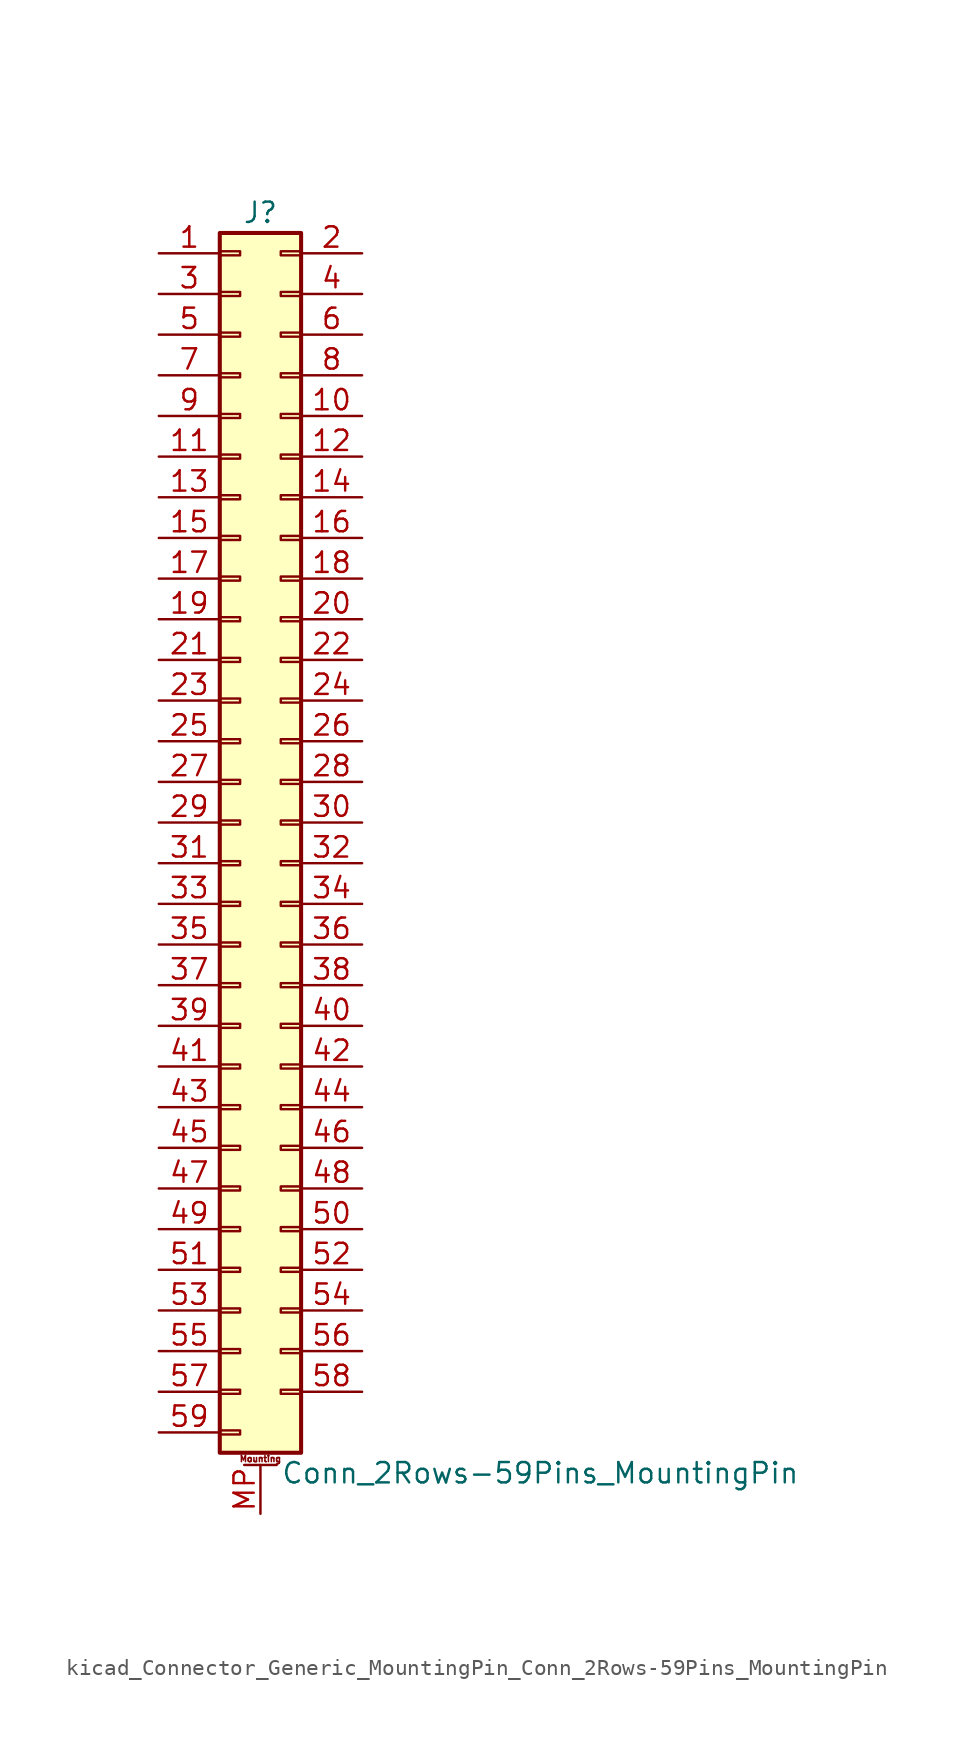
<source format=kicad_sym>
(kicad_symbol_lib
  (version 20220914)
  (generator kicad_symbol_editor)
  (symbol "kicad_Connector_Generic_MountingPin_Conn_2Rows-59Pins_MountingPin"
    (pin_names
      (offset 1.016) hide)
    (property "Reference" "J"
      (at 1.27 38.1 0)
      (effects (font (size 1.27 1.27))))
    (property "Value" "Conn_2Rows-59Pins_MountingPin"
      (at 2.54 -40.64 0)
      (effects (font (size 1.27 1.27)) (justify left)))
    (symbol "kicad_Connector_Generic_MountingPin_Conn_2Rows-59Pins_MountingPin_1_1"
      (rectangle (start -1.27 -37.973) (end 0 -38.227) (stroke (width 0.152) (type default)) (fill (type none)))
      (rectangle (start -1.27 -35.433) (end 0 -35.687) (stroke (width 0.152) (type default)) (fill (type none)))
      (rectangle (start -1.27 -32.893) (end 0 -33.147) (stroke (width 0.152) (type default)) (fill (type none)))
      (rectangle (start -1.27 -30.353) (end 0 -30.607) (stroke (width 0.152) (type default)) (fill (type none)))
      (rectangle (start -1.27 -27.813) (end 0 -28.067) (stroke (width 0.152) (type default)) (fill (type none)))
      (rectangle (start -1.27 -25.273) (end 0 -25.527) (stroke (width 0.152) (type default)) (fill (type none)))
      (rectangle (start -1.27 -22.733) (end 0 -22.987) (stroke (width 0.152) (type default)) (fill (type none)))
      (rectangle (start -1.27 -20.193) (end 0 -20.447) (stroke (width 0.152) (type default)) (fill (type none)))
      (rectangle (start -1.27 -17.653) (end 0 -17.907) (stroke (width 0.152) (type default)) (fill (type none)))
      (rectangle (start -1.27 -15.113) (end 0 -15.367) (stroke (width 0.152) (type default)) (fill (type none)))
      (rectangle (start -1.27 -12.573) (end 0 -12.827) (stroke (width 0.152) (type default)) (fill (type none)))
      (rectangle (start -1.27 -10.033) (end 0 -10.287) (stroke (width 0.152) (type default)) (fill (type none)))
      (rectangle (start -1.27 -7.493) (end 0 -7.747) (stroke (width 0.152) (type default)) (fill (type none)))
      (rectangle (start -1.27 -4.953) (end 0 -5.207) (stroke (width 0.152) (type default)) (fill (type none)))
      (rectangle (start -1.27 -2.413) (end 0 -2.667) (stroke (width 0.152) (type default)) (fill (type none)))
      (rectangle (start -1.27 0.127) (end 0 -0.127) (stroke (width 0.152) (type default)) (fill (type none)))
      (rectangle (start -1.27 2.667) (end 0 2.413) (stroke (width 0.152) (type default)) (fill (type none)))
      (rectangle (start -1.27 5.207) (end 0 4.953) (stroke (width 0.152) (type default)) (fill (type none)))
      (rectangle (start -1.27 7.747) (end 0 7.493) (stroke (width 0.152) (type default)) (fill (type none)))
      (rectangle (start -1.27 10.287) (end 0 10.033) (stroke (width 0.152) (type default)) (fill (type none)))
      (rectangle (start -1.27 12.827) (end 0 12.573) (stroke (width 0.152) (type default)) (fill (type none)))
      (rectangle (start -1.27 15.367) (end 0 15.113) (stroke (width 0.152) (type default)) (fill (type none)))
      (rectangle (start -1.27 17.907) (end 0 17.653) (stroke (width 0.152) (type default)) (fill (type none)))
      (rectangle (start -1.27 20.447) (end 0 20.193) (stroke (width 0.152) (type default)) (fill (type none)))
      (rectangle (start -1.27 22.987) (end 0 22.733) (stroke (width 0.152) (type default)) (fill (type none)))
      (rectangle (start -1.27 25.527) (end 0 25.273) (stroke (width 0.152) (type default)) (fill (type none)))
      (rectangle (start -1.27 28.067) (end 0 27.813) (stroke (width 0.152) (type default)) (fill (type none)))
      (rectangle (start -1.27 30.607) (end 0 30.353) (stroke (width 0.152) (type default)) (fill (type none)))
      (rectangle (start -1.27 33.147) (end 0 32.893) (stroke (width 0.152) (type default)) (fill (type none)))
      (rectangle (start -1.27 35.687) (end 0 35.433) (stroke (width 0.152) (type default)) (fill (type none)))
      (rectangle (start -1.27 36.83) (end 3.81 -39.37) (stroke (width 0.254) (type default)) (fill (type background)))
      (polyline (pts (xy 0.254 -40.132) (xy 2.286 -40.132)) (stroke (width 0.152) (type default)) (fill (type none)))
      (rectangle (start 3.81 -35.433) (end 2.54 -35.687) (stroke (width 0.152) (type default)) (fill (type none)))
      (rectangle (start 3.81 -32.893) (end 2.54 -33.147) (stroke (width 0.152) (type default)) (fill (type none)))
      (rectangle (start 3.81 -30.353) (end 2.54 -30.607) (stroke (width 0.152) (type default)) (fill (type none)))
      (rectangle (start 3.81 -27.813) (end 2.54 -28.067) (stroke (width 0.152) (type default)) (fill (type none)))
      (rectangle (start 3.81 -25.273) (end 2.54 -25.527) (stroke (width 0.152) (type default)) (fill (type none)))
      (rectangle (start 3.81 -22.733) (end 2.54 -22.987) (stroke (width 0.152) (type default)) (fill (type none)))
      (rectangle (start 3.81 -20.193) (end 2.54 -20.447) (stroke (width 0.152) (type default)) (fill (type none)))
      (rectangle (start 3.81 -17.653) (end 2.54 -17.907) (stroke (width 0.152) (type default)) (fill (type none)))
      (rectangle (start 3.81 -15.113) (end 2.54 -15.367) (stroke (width 0.152) (type default)) (fill (type none)))
      (rectangle (start 3.81 -12.573) (end 2.54 -12.827) (stroke (width 0.152) (type default)) (fill (type none)))
      (rectangle (start 3.81 -10.033) (end 2.54 -10.287) (stroke (width 0.152) (type default)) (fill (type none)))
      (rectangle (start 3.81 -7.493) (end 2.54 -7.747) (stroke (width 0.152) (type default)) (fill (type none)))
      (rectangle (start 3.81 -4.953) (end 2.54 -5.207) (stroke (width 0.152) (type default)) (fill (type none)))
      (rectangle (start 3.81 -2.413) (end 2.54 -2.667) (stroke (width 0.152) (type default)) (fill (type none)))
      (rectangle (start 3.81 0.127) (end 2.54 -0.127) (stroke (width 0.152) (type default)) (fill (type none)))
      (rectangle (start 3.81 2.667) (end 2.54 2.413) (stroke (width 0.152) (type default)) (fill (type none)))
      (rectangle (start 3.81 5.207) (end 2.54 4.953) (stroke (width 0.152) (type default)) (fill (type none)))
      (rectangle (start 3.81 7.747) (end 2.54 7.493) (stroke (width 0.152) (type default)) (fill (type none)))
      (rectangle (start 3.81 10.287) (end 2.54 10.033) (stroke (width 0.152) (type default)) (fill (type none)))
      (rectangle (start 3.81 12.827) (end 2.54 12.573) (stroke (width 0.152) (type default)) (fill (type none)))
      (rectangle (start 3.81 15.367) (end 2.54 15.113) (stroke (width 0.152) (type default)) (fill (type none)))
      (rectangle (start 3.81 17.907) (end 2.54 17.653) (stroke (width 0.152) (type default)) (fill (type none)))
      (rectangle (start 3.81 20.447) (end 2.54 20.193) (stroke (width 0.152) (type default)) (fill (type none)))
      (rectangle (start 3.81 22.987) (end 2.54 22.733) (stroke (width 0.152) (type default)) (fill (type none)))
      (rectangle (start 3.81 25.527) (end 2.54 25.273) (stroke (width 0.152) (type default)) (fill (type none)))
      (rectangle (start 3.81 28.067) (end 2.54 27.813) (stroke (width 0.152) (type default)) (fill (type none)))
      (rectangle (start 3.81 30.607) (end 2.54 30.353) (stroke (width 0.152) (type default)) (fill (type none)))
      (rectangle (start 3.81 33.147) (end 2.54 32.893) (stroke (width 0.152) (type default)) (fill (type none)))
      (rectangle (start 3.81 35.687) (end 2.54 35.433) (stroke (width 0.152) (type default)) (fill (type none)))
      (text "Mounting" (at 1.27 -39.751 0) (effects (font (size 0.381 0.381))))
      (pin passive line (at -5.08 35.56 0) (length 3.81) (name "Pin_1" (effects (font (size 1.27 1.27)))) (number "1" (effects (font (size 1.27 1.27)))))
      (pin passive line (at 7.62 25.4 180) (length 3.81) (name "Pin_10" (effects (font (size 1.27 1.27)))) (number "10" (effects (font (size 1.27 1.27)))))
      (pin passive line (at -5.08 22.86 0) (length 3.81) (name "Pin_11" (effects (font (size 1.27 1.27)))) (number "11" (effects (font (size 1.27 1.27)))))
      (pin passive line (at 7.62 22.86 180) (length 3.81) (name "Pin_12" (effects (font (size 1.27 1.27)))) (number "12" (effects (font (size 1.27 1.27)))))
      (pin passive line (at -5.08 20.32 0) (length 3.81) (name "Pin_13" (effects (font (size 1.27 1.27)))) (number "13" (effects (font (size 1.27 1.27)))))
      (pin passive line (at 7.62 20.32 180) (length 3.81) (name "Pin_14" (effects (font (size 1.27 1.27)))) (number "14" (effects (font (size 1.27 1.27)))))
      (pin passive line (at -5.08 17.78 0) (length 3.81) (name "Pin_15" (effects (font (size 1.27 1.27)))) (number "15" (effects (font (size 1.27 1.27)))))
      (pin passive line (at 7.62 17.78 180) (length 3.81) (name "Pin_16" (effects (font (size 1.27 1.27)))) (number "16" (effects (font (size 1.27 1.27)))))
      (pin passive line (at -5.08 15.24 0) (length 3.81) (name "Pin_17" (effects (font (size 1.27 1.27)))) (number "17" (effects (font (size 1.27 1.27)))))
      (pin passive line (at 7.62 15.24 180) (length 3.81) (name "Pin_18" (effects (font (size 1.27 1.27)))) (number "18" (effects (font (size 1.27 1.27)))))
      (pin passive line (at -5.08 12.7 0) (length 3.81) (name "Pin_19" (effects (font (size 1.27 1.27)))) (number "19" (effects (font (size 1.27 1.27)))))
      (pin passive line (at 7.62 35.56 180) (length 3.81) (name "Pin_2" (effects (font (size 1.27 1.27)))) (number "2" (effects (font (size 1.27 1.27)))))
      (pin passive line (at 7.62 12.7 180) (length 3.81) (name "Pin_20" (effects (font (size 1.27 1.27)))) (number "20" (effects (font (size 1.27 1.27)))))
      (pin passive line (at -5.08 10.16 0) (length 3.81) (name "Pin_21" (effects (font (size 1.27 1.27)))) (number "21" (effects (font (size 1.27 1.27)))))
      (pin passive line (at 7.62 10.16 180) (length 3.81) (name "Pin_22" (effects (font (size 1.27 1.27)))) (number "22" (effects (font (size 1.27 1.27)))))
      (pin passive line (at -5.08 7.62 0) (length 3.81) (name "Pin_23" (effects (font (size 1.27 1.27)))) (number "23" (effects (font (size 1.27 1.27)))))
      (pin passive line (at 7.62 7.62 180) (length 3.81) (name "Pin_24" (effects (font (size 1.27 1.27)))) (number "24" (effects (font (size 1.27 1.27)))))
      (pin passive line (at -5.08 5.08 0) (length 3.81) (name "Pin_25" (effects (font (size 1.27 1.27)))) (number "25" (effects (font (size 1.27 1.27)))))
      (pin passive line (at 7.62 5.08 180) (length 3.81) (name "Pin_26" (effects (font (size 1.27 1.27)))) (number "26" (effects (font (size 1.27 1.27)))))
      (pin passive line (at -5.08 2.54 0) (length 3.81) (name "Pin_27" (effects (font (size 1.27 1.27)))) (number "27" (effects (font (size 1.27 1.27)))))
      (pin passive line (at 7.62 2.54 180) (length 3.81) (name "Pin_28" (effects (font (size 1.27 1.27)))) (number "28" (effects (font (size 1.27 1.27)))))
      (pin passive line (at -5.08 0 0) (length 3.81) (name "Pin_29" (effects (font (size 1.27 1.27)))) (number "29" (effects (font (size 1.27 1.27)))))
      (pin passive line (at -5.08 33.02 0) (length 3.81) (name "Pin_3" (effects (font (size 1.27 1.27)))) (number "3" (effects (font (size 1.27 1.27)))))
      (pin passive line (at 7.62 0 180) (length 3.81) (name "Pin_30" (effects (font (size 1.27 1.27)))) (number "30" (effects (font (size 1.27 1.27)))))
      (pin passive line (at -5.08 -2.54 0) (length 3.81) (name "Pin_31" (effects (font (size 1.27 1.27)))) (number "31" (effects (font (size 1.27 1.27)))))
      (pin passive line (at 7.62 -2.54 180) (length 3.81) (name "Pin_32" (effects (font (size 1.27 1.27)))) (number "32" (effects (font (size 1.27 1.27)))))
      (pin passive line (at -5.08 -5.08 0) (length 3.81) (name "Pin_33" (effects (font (size 1.27 1.27)))) (number "33" (effects (font (size 1.27 1.27)))))
      (pin passive line (at 7.62 -5.08 180) (length 3.81) (name "Pin_34" (effects (font (size 1.27 1.27)))) (number "34" (effects (font (size 1.27 1.27)))))
      (pin passive line (at -5.08 -7.62 0) (length 3.81) (name "Pin_35" (effects (font (size 1.27 1.27)))) (number "35" (effects (font (size 1.27 1.27)))))
      (pin passive line (at 7.62 -7.62 180) (length 3.81) (name "Pin_36" (effects (font (size 1.27 1.27)))) (number "36" (effects (font (size 1.27 1.27)))))
      (pin passive line (at -5.08 -10.16 0) (length 3.81) (name "Pin_37" (effects (font (size 1.27 1.27)))) (number "37" (effects (font (size 1.27 1.27)))))
      (pin passive line (at 7.62 -10.16 180) (length 3.81) (name "Pin_38" (effects (font (size 1.27 1.27)))) (number "38" (effects (font (size 1.27 1.27)))))
      (pin passive line (at -5.08 -12.7 0) (length 3.81) (name "Pin_39" (effects (font (size 1.27 1.27)))) (number "39" (effects (font (size 1.27 1.27)))))
      (pin passive line (at 7.62 33.02 180) (length 3.81) (name "Pin_4" (effects (font (size 1.27 1.27)))) (number "4" (effects (font (size 1.27 1.27)))))
      (pin passive line (at 7.62 -12.7 180) (length 3.81) (name "Pin_40" (effects (font (size 1.27 1.27)))) (number "40" (effects (font (size 1.27 1.27)))))
      (pin passive line (at -5.08 -15.24 0) (length 3.81) (name "Pin_41" (effects (font (size 1.27 1.27)))) (number "41" (effects (font (size 1.27 1.27)))))
      (pin passive line (at 7.62 -15.24 180) (length 3.81) (name "Pin_42" (effects (font (size 1.27 1.27)))) (number "42" (effects (font (size 1.27 1.27)))))
      (pin passive line (at -5.08 -17.78 0) (length 3.81) (name "Pin_43" (effects (font (size 1.27 1.27)))) (number "43" (effects (font (size 1.27 1.27)))))
      (pin passive line (at 7.62 -17.78 180) (length 3.81) (name "Pin_44" (effects (font (size 1.27 1.27)))) (number "44" (effects (font (size 1.27 1.27)))))
      (pin passive line (at -5.08 -20.32 0) (length 3.81) (name "Pin_45" (effects (font (size 1.27 1.27)))) (number "45" (effects (font (size 1.27 1.27)))))
      (pin passive line (at 7.62 -20.32 180) (length 3.81) (name "Pin_46" (effects (font (size 1.27 1.27)))) (number "46" (effects (font (size 1.27 1.27)))))
      (pin passive line (at -5.08 -22.86 0) (length 3.81) (name "Pin_47" (effects (font (size 1.27 1.27)))) (number "47" (effects (font (size 1.27 1.27)))))
      (pin passive line (at 7.62 -22.86 180) (length 3.81) (name "Pin_48" (effects (font (size 1.27 1.27)))) (number "48" (effects (font (size 1.27 1.27)))))
      (pin passive line (at -5.08 -25.4 0) (length 3.81) (name "Pin_49" (effects (font (size 1.27 1.27)))) (number "49" (effects (font (size 1.27 1.27)))))
      (pin passive line (at -5.08 30.48 0) (length 3.81) (name "Pin_5" (effects (font (size 1.27 1.27)))) (number "5" (effects (font (size 1.27 1.27)))))
      (pin passive line (at 7.62 -25.4 180) (length 3.81) (name "Pin_50" (effects (font (size 1.27 1.27)))) (number "50" (effects (font (size 1.27 1.27)))))
      (pin passive line (at -5.08 -27.94 0) (length 3.81) (name "Pin_51" (effects (font (size 1.27 1.27)))) (number "51" (effects (font (size 1.27 1.27)))))
      (pin passive line (at 7.62 -27.94 180) (length 3.81) (name "Pin_52" (effects (font (size 1.27 1.27)))) (number "52" (effects (font (size 1.27 1.27)))))
      (pin passive line (at -5.08 -30.48 0) (length 3.81) (name "Pin_53" (effects (font (size 1.27 1.27)))) (number "53" (effects (font (size 1.27 1.27)))))
      (pin passive line (at 7.62 -30.48 180) (length 3.81) (name "Pin_54" (effects (font (size 1.27 1.27)))) (number "54" (effects (font (size 1.27 1.27)))))
      (pin passive line (at -5.08 -33.02 0) (length 3.81) (name "Pin_55" (effects (font (size 1.27 1.27)))) (number "55" (effects (font (size 1.27 1.27)))))
      (pin passive line (at 7.62 -33.02 180) (length 3.81) (name "Pin_56" (effects (font (size 1.27 1.27)))) (number "56" (effects (font (size 1.27 1.27)))))
      (pin passive line (at -5.08 -35.56 0) (length 3.81) (name "Pin_57" (effects (font (size 1.27 1.27)))) (number "57" (effects (font (size 1.27 1.27)))))
      (pin passive line (at 7.62 -35.56 180) (length 3.81) (name "Pin_58" (effects (font (size 1.27 1.27)))) (number "58" (effects (font (size 1.27 1.27)))))
      (pin passive line (at -5.08 -38.1 0) (length 3.81) (name "Pin_59" (effects (font (size 1.27 1.27)))) (number "59" (effects (font (size 1.27 1.27)))))
      (pin passive line (at 7.62 30.48 180) (length 3.81) (name "Pin_6" (effects (font (size 1.27 1.27)))) (number "6" (effects (font (size 1.27 1.27)))))
      (pin passive line (at -5.08 27.94 0) (length 3.81) (name "Pin_7" (effects (font (size 1.27 1.27)))) (number "7" (effects (font (size 1.27 1.27)))))
      (pin passive line (at 7.62 27.94 180) (length 3.81) (name "Pin_8" (effects (font (size 1.27 1.27)))) (number "8" (effects (font (size 1.27 1.27)))))
      (pin passive line (at -5.08 25.4 0) (length 3.81) (name "Pin_9" (effects (font (size 1.27 1.27)))) (number "9" (effects (font (size 1.27 1.27)))))
      (pin passive line (at 1.27 -43.18 90) (length 3.048) (name "MountPin" (effects (font (size 1.27 1.27)))) (number "MP" (effects (font (size 1.27 1.27))))))))
</source>
